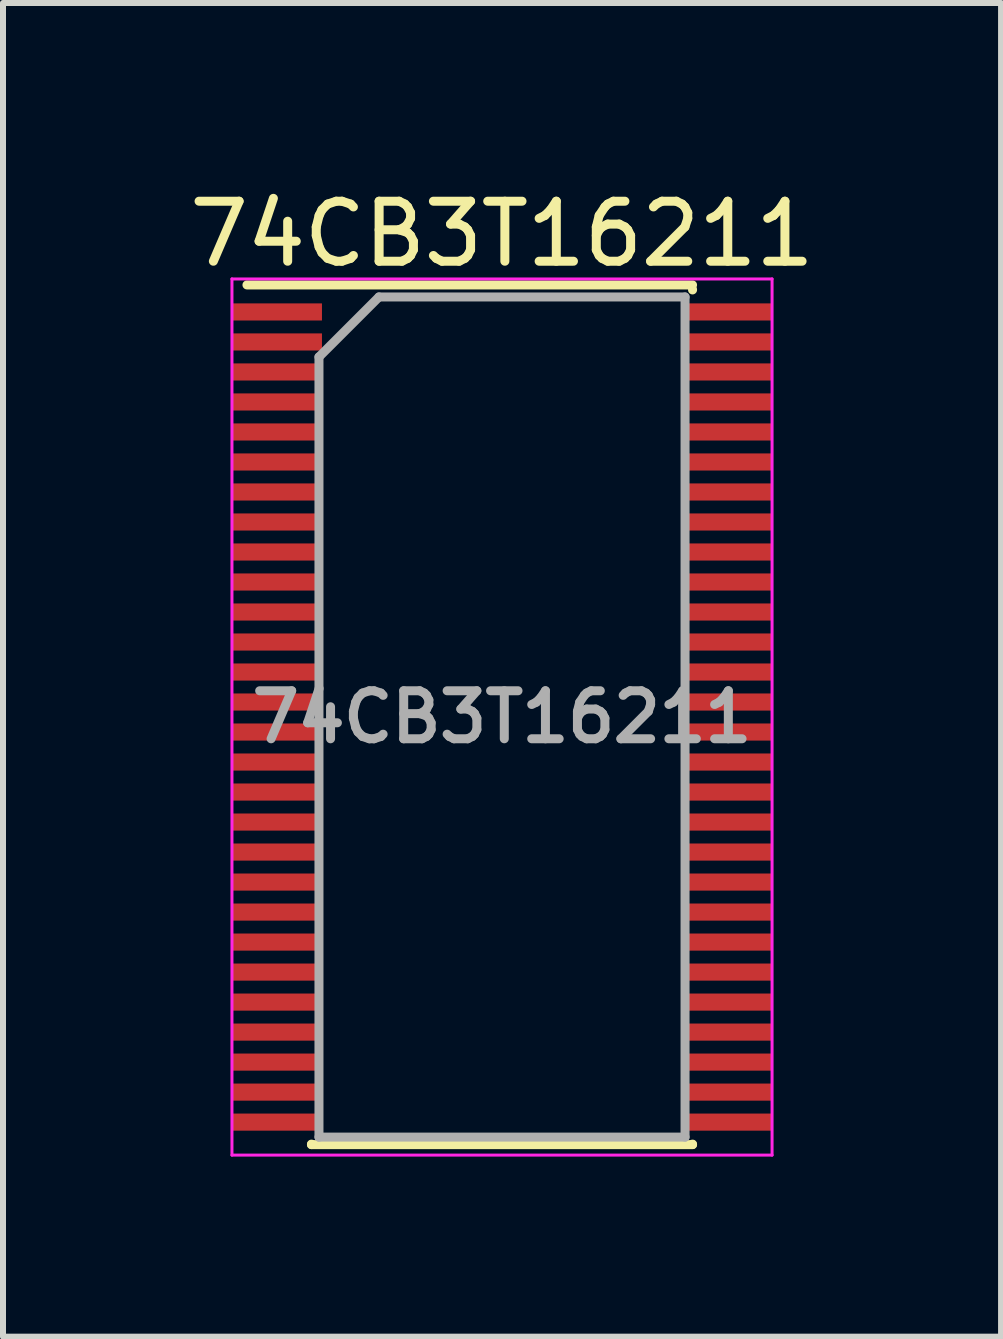
<source format=kicad_pcb>
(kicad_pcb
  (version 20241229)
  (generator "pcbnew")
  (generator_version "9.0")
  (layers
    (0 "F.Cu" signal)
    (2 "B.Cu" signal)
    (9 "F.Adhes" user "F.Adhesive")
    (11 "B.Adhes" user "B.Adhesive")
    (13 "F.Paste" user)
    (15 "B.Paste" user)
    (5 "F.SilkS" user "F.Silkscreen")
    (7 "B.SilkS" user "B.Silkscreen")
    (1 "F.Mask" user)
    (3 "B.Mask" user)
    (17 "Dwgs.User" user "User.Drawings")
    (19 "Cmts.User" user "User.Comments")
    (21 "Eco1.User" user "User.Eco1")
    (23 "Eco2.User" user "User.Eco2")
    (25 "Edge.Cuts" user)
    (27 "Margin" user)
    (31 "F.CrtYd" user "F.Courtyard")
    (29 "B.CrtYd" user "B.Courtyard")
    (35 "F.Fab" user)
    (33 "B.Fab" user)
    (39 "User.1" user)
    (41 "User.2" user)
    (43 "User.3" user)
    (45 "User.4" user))
  (footprint "74CB3T16211"
    (layer "F.Cu")
    (at 5.315 8.898)
    (property "Reference" "74CB3T16211" (at 0 -8.05 0) (layer "F.SilkS") (effects (font (size 1 1) (thickness 0.15))))
    (attr smd)
    (fp_line (start -4.25 -7.2) (end 3.175 -7.2) (stroke (width 0.15) (type solid)) (layer "F.SilkS"))
    (fp_line (start -3.175 7.125) (end -3.175 7.117) (stroke (width 0.15) (type solid)) (layer "F.SilkS"))
    (fp_line (start -3.175 7.125) (end 3.175 7.125) (stroke (width 0.15) (type solid)) (layer "F.SilkS"))
    (fp_line (start 3.175 -7.125) (end 3.175 -7.117) (stroke (width 0.15) (type solid)) (layer "F.SilkS"))
    (fp_line (start 3.175 7.125) (end 3.175 7.117) (stroke (width 0.15) (type solid)) (layer "F.SilkS"))
    (fp_line (start -4.5 -7.3) (end -4.5 7.3) (stroke (width 0.05) (type solid)) (layer "F.CrtYd"))
    (fp_line (start -4.5 -7.3) (end 4.5 -7.3) (stroke (width 0.05) (type solid)) (layer "F.CrtYd"))
    (fp_line (start -4.5 7.3) (end 4.5 7.3) (stroke (width 0.05) (type solid)) (layer "F.CrtYd"))
    (fp_line (start 4.5 -7.3) (end 4.5 7.3) (stroke (width 0.05) (type solid)) (layer "F.CrtYd"))
    (fp_line (start -3.05 -6) (end -2.05 -7) (stroke (width 0.15) (type solid)) (layer "F.Fab"))
    (fp_line (start -3.05 7) (end -3.05 -6) (stroke (width 0.15) (type solid)) (layer "F.Fab"))
    (fp_line (start -2.05 -7) (end 3.05 -7) (stroke (width 0.15) (type solid)) (layer "F.Fab"))
    (fp_line (start 3.05 -7) (end 3.05 7) (stroke (width 0.15) (type solid)) (layer "F.Fab"))
    (fp_line (start 3.05 7) (end -3.05 7) (stroke (width 0.15) (type solid)) (layer "F.Fab"))
    (fp_text user "${REFERENCE}" (at 0 0 0) (layer "F.Fab") (effects (font (size 0.8 0.8) (thickness 0.15))))
    (pad "1" smd rect (at -3.75 -6.75) (size 1.5 0.285) (layers "F.Cu" "F.Mask" "F.Paste"))
    (pad "2" smd rect (at -3.75 -6.25) (size 1.5 0.285) (layers "F.Cu" "F.Mask" "F.Paste"))
    (pad "3" smd rect (at -3.75 -5.75) (size 1.5 0.285) (layers "F.Cu" "F.Mask" "F.Paste"))
    (pad "4" smd rect (at -3.75 -5.25) (size 1.5 0.285) (layers "F.Cu" "F.Mask" "F.Paste"))
    (pad "5" smd rect (at -3.75 -4.75) (size 1.5 0.285) (layers "F.Cu" "F.Mask" "F.Paste"))
    (pad "6" smd rect (at -3.75 -4.25) (size 1.5 0.285) (layers "F.Cu" "F.Mask" "F.Paste"))
    (pad "7" smd rect (at -3.75 -3.75) (size 1.5 0.285) (layers "F.Cu" "F.Mask" "F.Paste"))
    (pad "8" smd rect (at -3.75 -3.25) (size 1.5 0.285) (layers "F.Cu" "F.Mask" "F.Paste"))
    (pad "9" smd rect (at -3.75 -2.75) (size 1.5 0.285) (layers "F.Cu" "F.Mask" "F.Paste"))
    (pad "10" smd rect (at -3.75 -2.25) (size 1.5 0.285) (layers "F.Cu" "F.Mask" "F.Paste"))
    (pad "11" smd rect (at -3.75 -1.75) (size 1.5 0.285) (layers "F.Cu" "F.Mask" "F.Paste"))
    (pad "12" smd rect (at -3.75 -1.25) (size 1.5 0.285) (layers "F.Cu" "F.Mask" "F.Paste"))
    (pad "13" smd rect (at -3.75 -0.75) (size 1.5 0.285) (layers "F.Cu" "F.Mask" "F.Paste"))
    (pad "14" smd rect (at -3.75 -0.25) (size 1.5 0.285) (layers "F.Cu" "F.Mask" "F.Paste"))
    (pad "15" smd rect (at -3.75 0.25) (size 1.5 0.285) (layers "F.Cu" "F.Mask" "F.Paste"))
    (pad "16" smd rect (at -3.75 0.75) (size 1.5 0.285) (layers "F.Cu" "F.Mask" "F.Paste"))
    (pad "17" smd rect (at -3.75 1.25) (size 1.5 0.285) (layers "F.Cu" "F.Mask" "F.Paste"))
    (pad "18" smd rect (at -3.75 1.75) (size 1.5 0.285) (layers "F.Cu" "F.Mask" "F.Paste"))
    (pad "19" smd rect (at -3.75 2.25) (size 1.5 0.285) (layers "F.Cu" "F.Mask" "F.Paste"))
    (pad "20" smd rect (at -3.75 2.75) (size 1.5 0.285) (layers "F.Cu" "F.Mask" "F.Paste"))
    (pad "21" smd rect (at -3.75 3.25) (size 1.5 0.285) (layers "F.Cu" "F.Mask" "F.Paste"))
    (pad "22" smd rect (at -3.75 3.75) (size 1.5 0.285) (layers "F.Cu" "F.Mask" "F.Paste"))
    (pad "23" smd rect (at -3.75 4.25) (size 1.5 0.285) (layers "F.Cu" "F.Mask" "F.Paste"))
    (pad "24" smd rect (at -3.75 4.75) (size 1.5 0.285) (layers "F.Cu" "F.Mask" "F.Paste"))
    (pad "25" smd rect (at -3.75 5.25) (size 1.5 0.285) (layers "F.Cu" "F.Mask" "F.Paste"))
    (pad "26" smd rect (at -3.75 5.75) (size 1.5 0.285) (layers "F.Cu" "F.Mask" "F.Paste"))
    (pad "27" smd rect (at -3.75 6.25) (size 1.5 0.285) (layers "F.Cu" "F.Mask" "F.Paste"))
    (pad "28" smd rect (at -3.75 6.75) (size 1.5 0.285) (layers "F.Cu" "F.Mask" "F.Paste"))
    (pad "29" smd rect (at 3.75 6.75) (size 1.5 0.285) (layers "F.Cu" "F.Mask" "F.Paste"))
    (pad "30" smd rect (at 3.75 6.25) (size 1.5 0.285) (layers "F.Cu" "F.Mask" "F.Paste"))
    (pad "31" smd rect (at 3.75 5.75) (size 1.5 0.285) (layers "F.Cu" "F.Mask" "F.Paste"))
    (pad "32" smd rect (at 3.75 5.25) (size 1.5 0.285) (layers "F.Cu" "F.Mask" "F.Paste"))
    (pad "33" smd rect (at 3.75 4.75) (size 1.5 0.285) (layers "F.Cu" "F.Mask" "F.Paste"))
    (pad "34" smd rect (at 3.75 4.25) (size 1.5 0.285) (layers "F.Cu" "F.Mask" "F.Paste"))
    (pad "35" smd rect (at 3.75 3.75) (size 1.5 0.285) (layers "F.Cu" "F.Mask" "F.Paste"))
    (pad "36" smd rect (at 3.75 3.25) (size 1.5 0.285) (layers "F.Cu" "F.Mask" "F.Paste"))
    (pad "37" smd rect (at 3.75 2.75) (size 1.5 0.285) (layers "F.Cu" "F.Mask" "F.Paste"))
    (pad "38" smd rect (at 3.75 2.25) (size 1.5 0.285) (layers "F.Cu" "F.Mask" "F.Paste"))
    (pad "39" smd rect (at 3.75 1.75) (size 1.5 0.285) (layers "F.Cu" "F.Mask" "F.Paste"))
    (pad "40" smd rect (at 3.75 1.25) (size 1.5 0.285) (layers "F.Cu" "F.Mask" "F.Paste"))
    (pad "41" smd rect (at 3.75 0.75) (size 1.5 0.285) (layers "F.Cu" "F.Mask" "F.Paste"))
    (pad "42" smd rect (at 3.75 0.25) (size 1.5 0.285) (layers "F.Cu" "F.Mask" "F.Paste"))
    (pad "43" smd rect (at 3.75 -0.25) (size 1.5 0.285) (layers "F.Cu" "F.Mask" "F.Paste"))
    (pad "44" smd rect (at 3.75 -0.75) (size 1.5 0.285) (layers "F.Cu" "F.Mask" "F.Paste"))
    (pad "45" smd rect (at 3.75 -1.25) (size 1.5 0.285) (layers "F.Cu" "F.Mask" "F.Paste"))
    (pad "46" smd rect (at 3.75 -1.75) (size 1.5 0.285) (layers "F.Cu" "F.Mask" "F.Paste"))
    (pad "47" smd rect (at 3.75 -2.25) (size 1.5 0.285) (layers "F.Cu" "F.Mask" "F.Paste"))
    (pad "48" smd rect (at 3.75 -2.75) (size 1.5 0.285) (layers "F.Cu" "F.Mask" "F.Paste"))
    (pad "49" smd rect (at 3.75 -3.25) (size 1.5 0.285) (layers "F.Cu" "F.Mask" "F.Paste"))
    (pad "50" smd rect (at 3.75 -3.75) (size 1.5 0.285) (layers "F.Cu" "F.Mask" "F.Paste"))
    (pad "51" smd rect (at 3.75 -4.25) (size 1.5 0.285) (layers "F.Cu" "F.Mask" "F.Paste"))
    (pad "52" smd rect (at 3.75 -4.75) (size 1.5 0.285) (layers "F.Cu" "F.Mask" "F.Paste"))
    (pad "53" smd rect (at 3.75 -5.25) (size 1.5 0.285) (layers "F.Cu" "F.Mask" "F.Paste"))
    (pad "54" smd rect (at 3.75 -5.75) (size 1.5 0.285) (layers "F.Cu" "F.Mask" "F.Paste"))
    (pad "55" smd rect (at 3.75 -6.25) (size 1.5 0.285) (layers "F.Cu" "F.Mask" "F.Paste"))
    (pad "56" smd rect (at 3.75 -6.75) (size 1.5 0.285) (layers "F.Cu" "F.Mask" "F.Paste")))
  (gr_rect
    (start -3 -3)
    (end 13.631 19.223)
    (stroke (width 0.1) (type default))
    (fill no)
    (layer "Edge.Cuts")))
</source>
